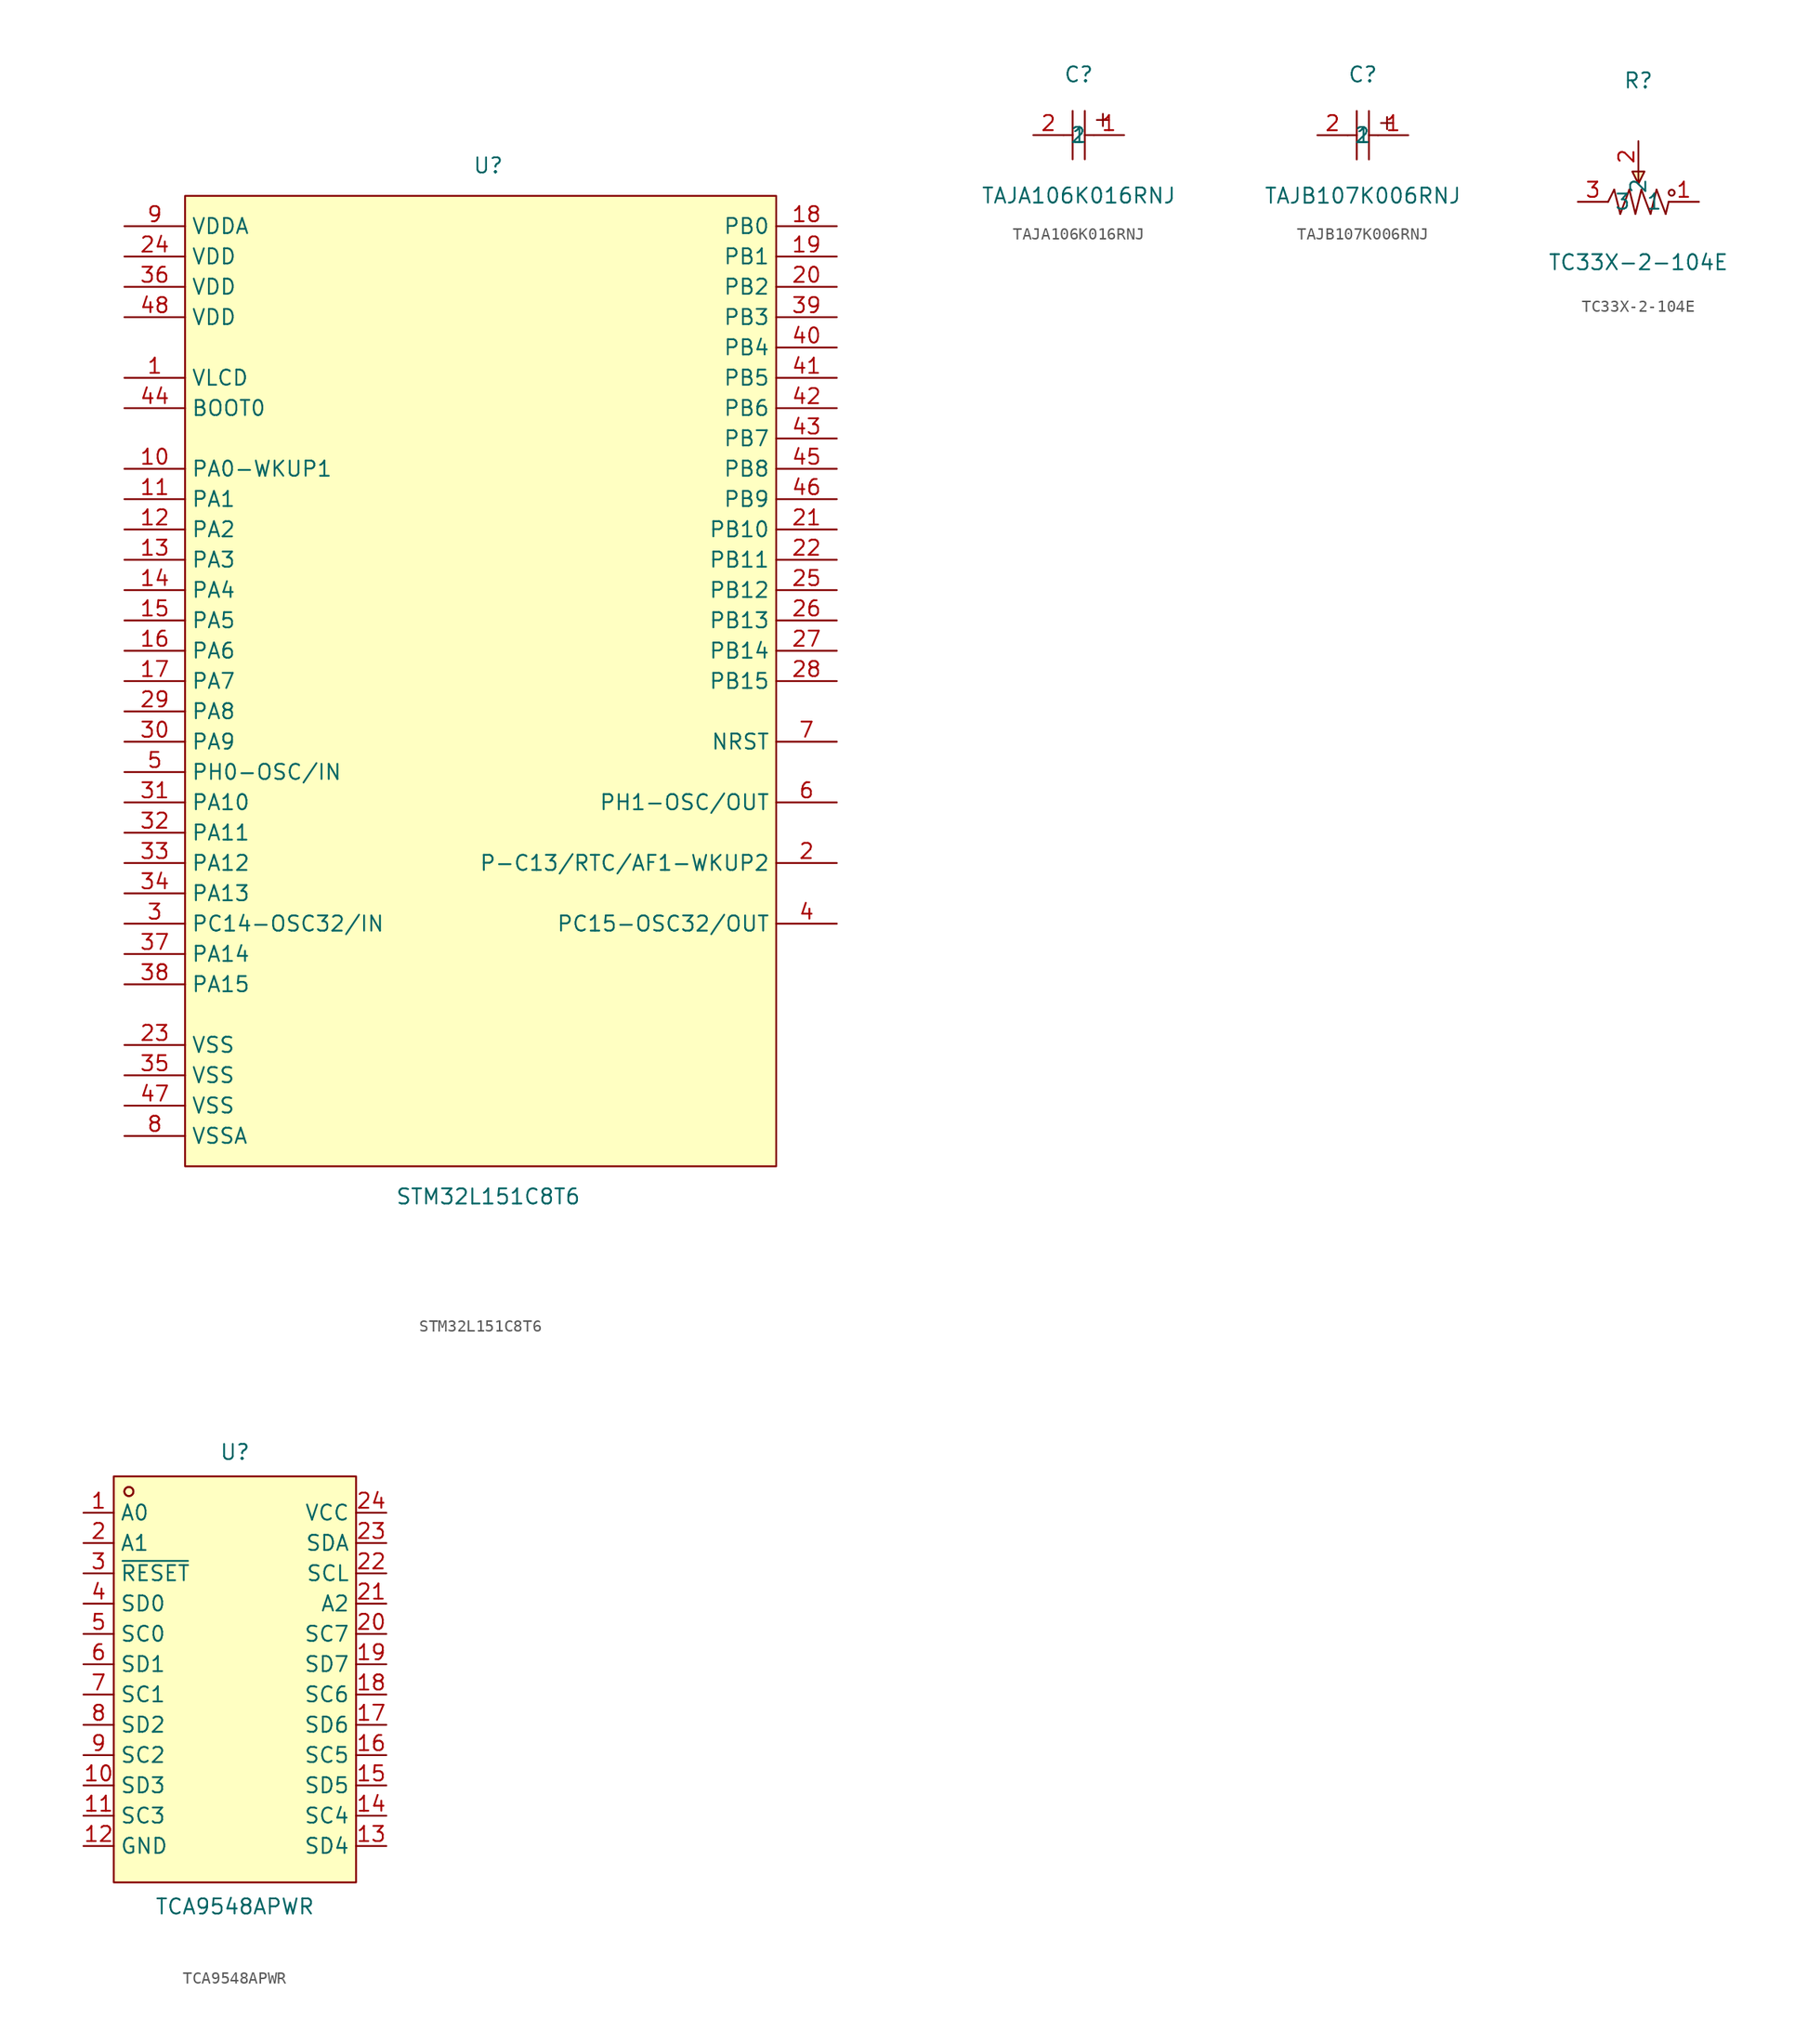
<source format=kicad_sym>
(kicad_symbol_lib
  (version 20231120)
  (generator "kicad_symbol_editor")
  (generator_version "8.0")
  (symbol "STM32L151C8T6"
    (property "Reference" "U"
      (at 0 43.18 0)
      (effects (font (size 1.27 1.27))))
    (property "Value" "STM32L151C8T6"
      (at 0 -43.18 0)
      (effects (font (size 1.27 1.27))))
    (symbol "STM32L151C8T6_0_1"
      (rectangle (start -25.4 40.64) (end 24.13 -40.64) (stroke (width 0) (type default)) (fill (type background)))
      (pin power_in line (at -30.48 25.4 0) (length 5.08) (name "VLCD" (effects (font (size 1.27 1.27)))) (number "1" (effects (font (size 1.27 1.27)))))
      (pin unspecified line (at -30.48 17.78 0) (length 5.08) (name "PA0-WKUP1" (effects (font (size 1.27 1.27)))) (number "10" (effects (font (size 1.27 1.27)))))
      (pin unspecified line (at -30.48 15.24 0) (length 5.08) (name "PA1" (effects (font (size 1.27 1.27)))) (number "11" (effects (font (size 1.27 1.27)))))
      (pin unspecified line (at -30.48 12.7 0) (length 5.08) (name "PA2" (effects (font (size 1.27 1.27)))) (number "12" (effects (font (size 1.27 1.27)))))
      (pin unspecified line (at -30.48 10.16 0) (length 5.08) (name "PA3" (effects (font (size 1.27 1.27)))) (number "13" (effects (font (size 1.27 1.27)))))
      (pin unspecified line (at -30.48 7.62 0) (length 5.08) (name "PA4" (effects (font (size 1.27 1.27)))) (number "14" (effects (font (size 1.27 1.27)))))
      (pin unspecified line (at -30.48 5.08 0) (length 5.08) (name "PA5" (effects (font (size 1.27 1.27)))) (number "15" (effects (font (size 1.27 1.27)))))
      (pin unspecified line (at -30.48 2.54 0) (length 5.08) (name "PA6" (effects (font (size 1.27 1.27)))) (number "16" (effects (font (size 1.27 1.27)))))
      (pin unspecified line (at -30.48 0 0) (length 5.08) (name "PA7" (effects (font (size 1.27 1.27)))) (number "17" (effects (font (size 1.27 1.27)))))
      (pin unspecified line (at 29.21 38.1 180) (length 5.08) (name "PB0" (effects (font (size 1.27 1.27)))) (number "18" (effects (font (size 1.27 1.27)))))
      (pin unspecified line (at 29.21 35.56 180) (length 5.08) (name "PB1" (effects (font (size 1.27 1.27)))) (number "19" (effects (font (size 1.27 1.27)))))
      (pin unspecified line (at 29.21 -15.24 180) (length 5.08) (name "P-C13/RTC/AF1-WKUP2" (effects (font (size 1.27 1.27)))) (number "2" (effects (font (size 1.27 1.27)))))
      (pin unspecified line (at 29.21 33.02 180) (length 5.08) (name "PB2" (effects (font (size 1.27 1.27)))) (number "20" (effects (font (size 1.27 1.27)))))
      (pin unspecified line (at 29.21 12.7 180) (length 5.08) (name "PB10" (effects (font (size 1.27 1.27)))) (number "21" (effects (font (size 1.27 1.27)))))
      (pin unspecified line (at 29.21 10.16 180) (length 5.08) (name "PB11" (effects (font (size 1.27 1.27)))) (number "22" (effects (font (size 1.27 1.27)))))
      (pin power_in line (at -30.48 -30.48 0) (length 5.08) (name "VSS" (effects (font (size 1.27 1.27)))) (number "23" (effects (font (size 1.27 1.27)))))
      (pin power_in line (at -30.48 35.56 0) (length 5.08) (name "VDD" (effects (font (size 1.27 1.27)))) (number "24" (effects (font (size 1.27 1.27)))))
      (pin unspecified line (at 29.21 7.62 180) (length 5.08) (name "PB12" (effects (font (size 1.27 1.27)))) (number "25" (effects (font (size 1.27 1.27)))))
      (pin unspecified line (at 29.21 5.08 180) (length 5.08) (name "PB13" (effects (font (size 1.27 1.27)))) (number "26" (effects (font (size 1.27 1.27)))))
      (pin unspecified line (at 29.21 2.54 180) (length 5.08) (name "PB14" (effects (font (size 1.27 1.27)))) (number "27" (effects (font (size 1.27 1.27)))))
      (pin unspecified line (at 29.21 0 180) (length 5.08) (name "PB15" (effects (font (size 1.27 1.27)))) (number "28" (effects (font (size 1.27 1.27)))))
      (pin unspecified line (at -30.48 -2.54 0) (length 5.08) (name "PA8" (effects (font (size 1.27 1.27)))) (number "29" (effects (font (size 1.27 1.27)))))
      (pin input line (at -30.48 -20.32 0) (length 5.08) (name "PC14-OSC32/IN" (effects (font (size 1.27 1.27)))) (number "3" (effects (font (size 1.27 1.27)))))
      (pin unspecified line (at -30.48 -5.08 0) (length 5.08) (name "PA9" (effects (font (size 1.27 1.27)))) (number "30" (effects (font (size 1.27 1.27)))))
      (pin unspecified line (at -30.48 -10.16 0) (length 5.08) (name "PA10" (effects (font (size 1.27 1.27)))) (number "31" (effects (font (size 1.27 1.27)))))
      (pin unspecified line (at -30.48 -12.7 0) (length 5.08) (name "PA11" (effects (font (size 1.27 1.27)))) (number "32" (effects (font (size 1.27 1.27)))))
      (pin unspecified line (at -30.48 -15.24 0) (length 5.08) (name "PA12" (effects (font (size 1.27 1.27)))) (number "33" (effects (font (size 1.27 1.27)))))
      (pin unspecified line (at -30.48 -17.78 0) (length 5.08) (name "PA13" (effects (font (size 1.27 1.27)))) (number "34" (effects (font (size 1.27 1.27)))))
      (pin power_in line (at -30.48 -33.02 0) (length 5.08) (name "VSS" (effects (font (size 1.27 1.27)))) (number "35" (effects (font (size 1.27 1.27)))))
      (pin power_in line (at -30.48 33.02 0) (length 5.08) (name "VDD" (effects (font (size 1.27 1.27)))) (number "36" (effects (font (size 1.27 1.27)))))
      (pin unspecified line (at -30.48 -22.86 0) (length 5.08) (name "PA14" (effects (font (size 1.27 1.27)))) (number "37" (effects (font (size 1.27 1.27)))))
      (pin unspecified line (at -30.48 -25.4 0) (length 5.08) (name "PA15" (effects (font (size 1.27 1.27)))) (number "38" (effects (font (size 1.27 1.27)))))
      (pin unspecified line (at 29.21 30.48 180) (length 5.08) (name "PB3" (effects (font (size 1.27 1.27)))) (number "39" (effects (font (size 1.27 1.27)))))
      (pin output line (at 29.21 -20.32 180) (length 5.08) (name "PC15-OSC32/OUT" (effects (font (size 1.27 1.27)))) (number "4" (effects (font (size 1.27 1.27)))))
      (pin unspecified line (at 29.21 27.94 180) (length 5.08) (name "PB4" (effects (font (size 1.27 1.27)))) (number "40" (effects (font (size 1.27 1.27)))))
      (pin unspecified line (at 29.21 25.4 180) (length 5.08) (name "PB5" (effects (font (size 1.27 1.27)))) (number "41" (effects (font (size 1.27 1.27)))))
      (pin unspecified line (at 29.21 22.86 180) (length 5.08) (name "PB6" (effects (font (size 1.27 1.27)))) (number "42" (effects (font (size 1.27 1.27)))))
      (pin unspecified line (at 29.21 20.32 180) (length 5.08) (name "PB7" (effects (font (size 1.27 1.27)))) (number "43" (effects (font (size 1.27 1.27)))))
      (pin input line (at -30.48 22.86 0) (length 5.08) (name "BOOT0" (effects (font (size 1.27 1.27)))) (number "44" (effects (font (size 1.27 1.27)))))
      (pin unspecified line (at 29.21 17.78 180) (length 5.08) (name "PB8" (effects (font (size 1.27 1.27)))) (number "45" (effects (font (size 1.27 1.27)))))
      (pin unspecified line (at 29.21 15.24 180) (length 5.08) (name "PB9" (effects (font (size 1.27 1.27)))) (number "46" (effects (font (size 1.27 1.27)))))
      (pin power_in line (at -30.48 -35.56 0) (length 5.08) (name "VSS" (effects (font (size 1.27 1.27)))) (number "47" (effects (font (size 1.27 1.27)))))
      (pin power_in line (at -30.48 30.48 0) (length 5.08) (name "VDD" (effects (font (size 1.27 1.27)))) (number "48" (effects (font (size 1.27 1.27)))))
      (pin input line (at -30.48 -7.62 0) (length 5.08) (name "PH0-OSC/IN" (effects (font (size 1.27 1.27)))) (number "5" (effects (font (size 1.27 1.27)))))
      (pin output line (at 29.21 -10.16 180) (length 5.08) (name "PH1-OSC/OUT" (effects (font (size 1.27 1.27)))) (number "6" (effects (font (size 1.27 1.27)))))
      (pin unspecified line (at 29.21 -5.08 180) (length 5.08) (name "NRST" (effects (font (size 1.27 1.27)))) (number "7" (effects (font (size 1.27 1.27)))))
      (pin power_in line (at -30.48 -38.1 0) (length 5.08) (name "VSSA" (effects (font (size 1.27 1.27)))) (number "8" (effects (font (size 1.27 1.27)))))
      (pin power_in line (at -30.48 38.1 0) (length 5.08) (name "VDDA" (effects (font (size 1.27 1.27)))) (number "9" (effects (font (size 1.27 1.27)))))))
  (symbol "TAJA106K016RNJ"
    (property "Reference" "C"
      (at 0 5.08 0)
      (effects (font (size 1.27 1.27))))
    (property "Value" "TAJA106K016RNJ"
      (at 0 -5.08 0)
      (effects (font (size 1.27 1.27))))
    (symbol "TAJA106K016RNJ_0_1"
      (polyline (pts (xy -0.51 -2.03) (xy -0.51 2.03)) (stroke (width 0) (type default)) (fill (type none)))
      (polyline (pts (xy -0.51 0) (xy -1.27 0)) (stroke (width 0) (type default)) (fill (type none)))
      (polyline (pts (xy 0.51 -2.03) (xy 0.51 2.03)) (stroke (width 0) (type default)) (fill (type none)))
      (polyline (pts (xy 1.27 0) (xy 0.51 0)) (stroke (width 0) (type default)) (fill (type none)))
      (polyline (pts (xy 1.52 1.27) (xy 2.54 1.27)) (stroke (width 0) (type default)) (fill (type none)))
      (polyline (pts (xy 2.03 1.78) (xy 2.03 0.76)) (stroke (width 0) (type default)) (fill (type none)))
      (pin input line (at 3.81 0 180) (length 2.54) (name "1" (effects (font (size 1.27 1.27)))) (number "1" (effects (font (size 1.27 1.27)))))
      (pin input line (at -3.81 0 0) (length 2.54) (name "2" (effects (font (size 1.27 1.27)))) (number "2" (effects (font (size 1.27 1.27)))))))
  (symbol "TAJB107K006RNJ"
    (property "Reference" "C"
      (at 0 5.08 0)
      (effects (font (size 1.27 1.27))))
    (property "Value" "TAJB107K006RNJ"
      (at 0 -5.08 0)
      (effects (font (size 1.27 1.27))))
    (symbol "TAJB107K006RNJ_0_1"
      (polyline (pts (xy -0.51 0) (xy -1.27 0)) (stroke (width 0) (type default)) (fill (type none)))
      (polyline (pts (xy -0.51 2.03) (xy -0.51 -2.03)) (stroke (width 0) (type default)) (fill (type none)))
      (polyline (pts (xy 0.51 2.03) (xy 0.51 -2.03)) (stroke (width 0) (type default)) (fill (type none)))
      (polyline (pts (xy 1.27 0) (xy 0.51 0)) (stroke (width 0) (type default)) (fill (type none)))
      (polyline (pts (xy 2.03 1.52) (xy 2.03 0.51)) (stroke (width 0) (type default)) (fill (type none)))
      (polyline (pts (xy 2.54 1.02) (xy 1.52 1.02)) (stroke (width 0) (type default)) (fill (type none)))
      (pin input line (at 3.81 0 180) (length 2.54) (name "1" (effects (font (size 1.27 1.27)))) (number "1" (effects (font (size 1.27 1.27)))))
      (pin input line (at -3.81 0 0) (length 2.54) (name "2" (effects (font (size 1.27 1.27)))) (number "2" (effects (font (size 1.27 1.27)))))))
  (symbol "TC33X-2-104E"
    (property "Reference" "R"
      (at 0 10.16 0)
      (effects (font (size 1.27 1.27))))
    (property "Value" "TC33X-2-104E"
      (at 0 -5.08 0)
      (effects (font (size 1.27 1.27))))
    (symbol "TC33X-2-104E_0_1"
      (polyline (pts (xy -2.54 0) (xy -2.03 1.02)) (stroke (width 0) (type default)) (fill (type none)))
      (polyline (pts (xy -2.03 1.02) (xy -1.52 -1.02)) (stroke (width 0) (type default)) (fill (type none)))
      (polyline (pts (xy -1.52 -1.02) (xy -0.76 1.02)) (stroke (width 0) (type default)) (fill (type none)))
      (polyline (pts (xy -0.76 1.02) (xy -0.25 -1.02)) (stroke (width 0) (type default)) (fill (type none)))
      (polyline (pts (xy -0.25 -1.02) (xy 0.25 1.02)) (stroke (width 0) (type default)) (fill (type none)))
      (polyline (pts (xy 0 2.54) (xy 0 1.52)) (stroke (width 0) (type default)) (fill (type none)))
      (polyline (pts (xy 0.25 1.02) (xy 1.02 -1.02)) (stroke (width 0) (type default)) (fill (type none)))
      (polyline (pts (xy 1.02 -1.02) (xy 1.52 1.02)) (stroke (width 0) (type default)) (fill (type none)))
      (polyline (pts (xy 1.52 1.02) (xy 2.29 -1.02)) (stroke (width 0) (type default)) (fill (type none)))
      (polyline (pts (xy 2.29 -1.02) (xy 2.54 0)) (stroke (width 0) (type default)) (fill (type none)))
      (polyline (pts (xy -0.51 2.54) (xy 0 1.52) (xy 0.51 2.54) (xy -0.51 2.54)) (stroke (width 0) (type default)) (fill (type background)))
      (circle (center 2.79 0.76) (radius 0.25) (stroke (width 0) (type default)) (fill (type none)))
      (pin unspecified line (at 5.08 0 180) (length 2.54) (name "1" (effects (font (size 1.27 1.27)))) (number "1" (effects (font (size 1.27 1.27)))))
      (pin unspecified line (at 0 5.08 270) (length 2.54) (name "2" (effects (font (size 1.27 1.27)))) (number "2" (effects (font (size 1.27 1.27)))))
      (pin unspecified line (at -5.08 0 0) (length 2.54) (name "3" (effects (font (size 1.27 1.27)))) (number "3" (effects (font (size 1.27 1.27)))))))
  (symbol "TCA9548APWR"
    (property "Reference" "U"
      (at 0 19.05 0)
      (effects (font (size 1.27 1.27))))
    (property "Value" "TCA9548APWR"
      (at 0 -19.05 0)
      (effects (font (size 1.27 1.27))))
    (symbol "TCA9548APWR_0_1"
      (rectangle (start -10.16 17.02) (end 10.16 -17.02) (stroke (width 0) (type default)) (fill (type background)))
      (circle (center -8.89 15.75) (radius 0.38) (stroke (width 0) (type default)) (fill (type none)))
      (circle (center -8.89 15.75) (radius 0.38) (stroke (width 0) (type default)) (fill (type none)))
      (pin unspecified line (at -12.7 13.97 0) (length 2.54) (name "A0" (effects (font (size 1.27 1.27)))) (number "1" (effects (font (size 1.27 1.27)))))
      (pin unspecified line (at -12.7 -8.89 0) (length 2.54) (name "SD3" (effects (font (size 1.27 1.27)))) (number "10" (effects (font (size 1.27 1.27)))))
      (pin unspecified line (at -12.7 -11.43 0) (length 2.54) (name "SC3" (effects (font (size 1.27 1.27)))) (number "11" (effects (font (size 1.27 1.27)))))
      (pin unspecified line (at -12.7 -13.97 0) (length 2.54) (name "GND" (effects (font (size 1.27 1.27)))) (number "12" (effects (font (size 1.27 1.27)))))
      (pin unspecified line (at 12.7 -13.97 180) (length 2.54) (name "SD4" (effects (font (size 1.27 1.27)))) (number "13" (effects (font (size 1.27 1.27)))))
      (pin unspecified line (at 12.7 -11.43 180) (length 2.54) (name "SC4" (effects (font (size 1.27 1.27)))) (number "14" (effects (font (size 1.27 1.27)))))
      (pin unspecified line (at 12.7 -8.89 180) (length 2.54) (name "SD5" (effects (font (size 1.27 1.27)))) (number "15" (effects (font (size 1.27 1.27)))))
      (pin unspecified line (at 12.7 -6.35 180) (length 2.54) (name "SC5" (effects (font (size 1.27 1.27)))) (number "16" (effects (font (size 1.27 1.27)))))
      (pin unspecified line (at 12.7 -3.81 180) (length 2.54) (name "SD6" (effects (font (size 1.27 1.27)))) (number "17" (effects (font (size 1.27 1.27)))))
      (pin unspecified line (at 12.7 -1.27 180) (length 2.54) (name "SC6" (effects (font (size 1.27 1.27)))) (number "18" (effects (font (size 1.27 1.27)))))
      (pin unspecified line (at 12.7 1.27 180) (length 2.54) (name "SD7" (effects (font (size 1.27 1.27)))) (number "19" (effects (font (size 1.27 1.27)))))
      (pin unspecified line (at -12.7 11.43 0) (length 2.54) (name "A1" (effects (font (size 1.27 1.27)))) (number "2" (effects (font (size 1.27 1.27)))))
      (pin unspecified line (at 12.7 3.81 180) (length 2.54) (name "SC7" (effects (font (size 1.27 1.27)))) (number "20" (effects (font (size 1.27 1.27)))))
      (pin unspecified line (at 12.7 6.35 180) (length 2.54) (name "A2" (effects (font (size 1.27 1.27)))) (number "21" (effects (font (size 1.27 1.27)))))
      (pin unspecified line (at 12.7 8.89 180) (length 2.54) (name "SCL" (effects (font (size 1.27 1.27)))) (number "22" (effects (font (size 1.27 1.27)))))
      (pin unspecified line (at 12.7 11.43 180) (length 2.54) (name "SDA" (effects (font (size 1.27 1.27)))) (number "23" (effects (font (size 1.27 1.27)))))
      (pin unspecified line (at 12.7 13.97 180) (length 2.54) (name "VCC" (effects (font (size 1.27 1.27)))) (number "24" (effects (font (size 1.27 1.27)))))
      (pin unspecified line (at -12.7 8.89 0) (length 2.54) (name "~{RESET}" (effects (font (size 1.27 1.27)))) (number "3" (effects (font (size 1.27 1.27)))))
      (pin unspecified line (at -12.7 6.35 0) (length 2.54) (name "SD0" (effects (font (size 1.27 1.27)))) (number "4" (effects (font (size 1.27 1.27)))))
      (pin unspecified line (at -12.7 3.81 0) (length 2.54) (name "SC0" (effects (font (size 1.27 1.27)))) (number "5" (effects (font (size 1.27 1.27)))))
      (pin unspecified line (at -12.7 1.27 0) (length 2.54) (name "SD1" (effects (font (size 1.27 1.27)))) (number "6" (effects (font (size 1.27 1.27)))))
      (pin unspecified line (at -12.7 -1.27 0) (length 2.54) (name "SC1" (effects (font (size 1.27 1.27)))) (number "7" (effects (font (size 1.27 1.27)))))
      (pin unspecified line (at -12.7 -3.81 0) (length 2.54) (name "SD2" (effects (font (size 1.27 1.27)))) (number "8" (effects (font (size 1.27 1.27)))))
      (pin unspecified line (at -12.7 -6.35 0) (length 2.54) (name "SC2" (effects (font (size 1.27 1.27)))) (number "9" (effects (font (size 1.27 1.27))))))))
</source>
